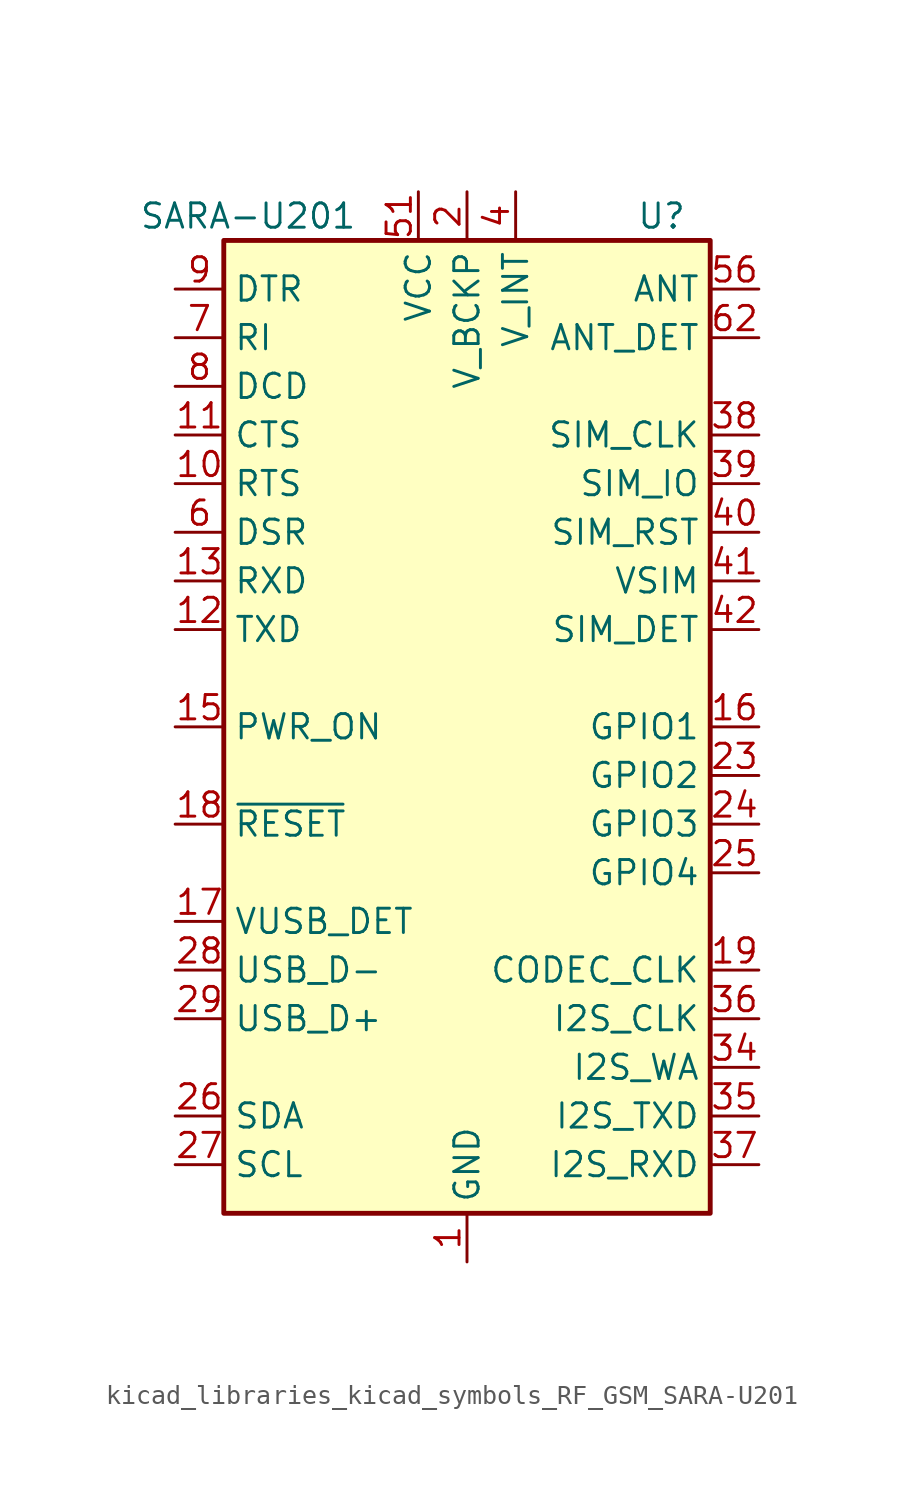
<source format=kicad_sym>
(kicad_symbol_lib
  (version 20220914)
  (generator kicad_symbol_editor)
  (symbol "kicad_libraries_kicad_symbols_RF_GSM_SARA-U201"
    (property "Reference" "U"
      (at 10.16 26.67 0)
      (effects (font (size 1.27 1.27))))
    (property "Value" "SARA-U201"
      (at -11.43 26.67 0)
      (effects (font (size 1.27 1.27))))
    (symbol "kicad_libraries_kicad_symbols_RF_GSM_SARA-U201_0_1"
      (rectangle (start -12.7 25.4) (end 12.7 -25.4) (stroke (width 0.254) (type default)) (fill (type background))))
    (symbol "kicad_libraries_kicad_symbols_RF_GSM_SARA-U201_1_1"
      (pin power_in line (at 0 -27.94 90) (length 2.54) (name "GND" (effects (font (size 1.27 1.27)))) (number "1" (effects (font (size 1.27 1.27)))))
      (pin input line (at -15.24 12.7 0) (length 2.54) (name "RTS" (effects (font (size 1.27 1.27)))) (number "10" (effects (font (size 1.27 1.27)))))
      (pin output line (at -15.24 15.24 0) (length 2.54) (name "CTS" (effects (font (size 1.27 1.27)))) (number "11" (effects (font (size 1.27 1.27)))))
      (pin input line (at -15.24 5.08 0) (length 2.54) (name "TXD" (effects (font (size 1.27 1.27)))) (number "12" (effects (font (size 1.27 1.27)))))
      (pin output line (at -15.24 7.62 0) (length 2.54) (name "RXD" (effects (font (size 1.27 1.27)))) (number "13" (effects (font (size 1.27 1.27)))))
      (pin passive line (at 0 -27.94 90) (length 2.54) hide (name "GND" (effects (font (size 1.27 1.27)))) (number "14" (effects (font (size 1.27 1.27)))))
      (pin input line (at -15.24 0 0) (length 2.54) (name "PWR_ON" (effects (font (size 1.27 1.27)))) (number "15" (effects (font (size 1.27 1.27)))))
      (pin bidirectional line (at 15.24 0 180) (length 2.54) (name "GPIO1" (effects (font (size 1.27 1.27)))) (number "16" (effects (font (size 1.27 1.27)))))
      (pin input line (at -15.24 -10.16 0) (length 2.54) (name "VUSB_DET" (effects (font (size 1.27 1.27)))) (number "17" (effects (font (size 1.27 1.27)))))
      (pin input line (at -15.24 -5.08 0) (length 2.54) (name "~{RESET}" (effects (font (size 1.27 1.27)))) (number "18" (effects (font (size 1.27 1.27)))))
      (pin output line (at 15.24 -12.7 180) (length 2.54) (name "CODEC_CLK" (effects (font (size 1.27 1.27)))) (number "19" (effects (font (size 1.27 1.27)))))
      (pin power_out line (at 0 27.94 270) (length 2.54) (name "V_BCKP" (effects (font (size 1.27 1.27)))) (number "2" (effects (font (size 1.27 1.27)))))
      (pin passive line (at 0 -27.94 90) (length 2.54) hide (name "GND" (effects (font (size 1.27 1.27)))) (number "20" (effects (font (size 1.27 1.27)))))
      (pin passive line (at 0 -27.94 90) (length 2.54) hide (name "GND" (effects (font (size 1.27 1.27)))) (number "21" (effects (font (size 1.27 1.27)))))
      (pin passive line (at 0 -27.94 90) (length 2.54) hide (name "GND" (effects (font (size 1.27 1.27)))) (number "22" (effects (font (size 1.27 1.27)))))
      (pin bidirectional line (at 15.24 -2.54 180) (length 2.54) (name "GPIO2" (effects (font (size 1.27 1.27)))) (number "23" (effects (font (size 1.27 1.27)))))
      (pin bidirectional line (at 15.24 -5.08 180) (length 2.54) (name "GPIO3" (effects (font (size 1.27 1.27)))) (number "24" (effects (font (size 1.27 1.27)))))
      (pin bidirectional line (at 15.24 -7.62 180) (length 2.54) (name "GPIO4" (effects (font (size 1.27 1.27)))) (number "25" (effects (font (size 1.27 1.27)))))
      (pin bidirectional line (at -15.24 -20.32 0) (length 2.54) (name "SDA" (effects (font (size 1.27 1.27)))) (number "26" (effects (font (size 1.27 1.27)))))
      (pin output line (at -15.24 -22.86 0) (length 2.54) (name "SCL" (effects (font (size 1.27 1.27)))) (number "27" (effects (font (size 1.27 1.27)))))
      (pin bidirectional line (at -15.24 -12.7 0) (length 2.54) (name "USB_D-" (effects (font (size 1.27 1.27)))) (number "28" (effects (font (size 1.27 1.27)))))
      (pin bidirectional line (at -15.24 -15.24 0) (length 2.54) (name "USB_D+" (effects (font (size 1.27 1.27)))) (number "29" (effects (font (size 1.27 1.27)))))
      (pin passive line (at 0 -27.94 90) (length 2.54) hide (name "GND" (effects (font (size 1.27 1.27)))) (number "3" (effects (font (size 1.27 1.27)))))
      (pin passive line (at 0 -27.94 90) (length 2.54) hide (name "GND" (effects (font (size 1.27 1.27)))) (number "30" (effects (font (size 1.27 1.27)))))
      (pin no_connect line (at -12.7 2.54 0) (length 2.54) hide (name "RSVD" (effects (font (size 1.27 1.27)))) (number "31" (effects (font (size 1.27 1.27)))))
      (pin passive line (at 0 -27.94 90) (length 2.54) hide (name "GND" (effects (font (size 1.27 1.27)))) (number "32" (effects (font (size 1.27 1.27)))))
      (pin no_connect line (at -12.7 -2.54 0) (length 2.54) hide (name "RSVD" (effects (font (size 1.27 1.27)))) (number "33" (effects (font (size 1.27 1.27)))))
      (pin bidirectional line (at 15.24 -17.78 180) (length 2.54) (name "I2S_WA" (effects (font (size 1.27 1.27)))) (number "34" (effects (font (size 1.27 1.27)))))
      (pin output line (at 15.24 -20.32 180) (length 2.54) (name "I2S_TXD" (effects (font (size 1.27 1.27)))) (number "35" (effects (font (size 1.27 1.27)))))
      (pin output line (at 15.24 -15.24 180) (length 2.54) (name "I2S_CLK" (effects (font (size 1.27 1.27)))) (number "36" (effects (font (size 1.27 1.27)))))
      (pin input line (at 15.24 -22.86 180) (length 2.54) (name "I2S_RXD" (effects (font (size 1.27 1.27)))) (number "37" (effects (font (size 1.27 1.27)))))
      (pin output line (at 15.24 15.24 180) (length 2.54) (name "SIM_CLK" (effects (font (size 1.27 1.27)))) (number "38" (effects (font (size 1.27 1.27)))))
      (pin bidirectional line (at 15.24 12.7 180) (length 2.54) (name "SIM_IO" (effects (font (size 1.27 1.27)))) (number "39" (effects (font (size 1.27 1.27)))))
      (pin power_out line (at 2.54 27.94 270) (length 2.54) (name "V_INT" (effects (font (size 1.27 1.27)))) (number "4" (effects (font (size 1.27 1.27)))))
      (pin output line (at 15.24 10.16 180) (length 2.54) (name "SIM_RST" (effects (font (size 1.27 1.27)))) (number "40" (effects (font (size 1.27 1.27)))))
      (pin power_out line (at 15.24 7.62 180) (length 2.54) (name "VSIM" (effects (font (size 1.27 1.27)))) (number "41" (effects (font (size 1.27 1.27)))))
      (pin input line (at 15.24 5.08 180) (length 2.54) (name "SIM_DET" (effects (font (size 1.27 1.27)))) (number "42" (effects (font (size 1.27 1.27)))))
      (pin passive line (at 0 -27.94 90) (length 2.54) hide (name "GND" (effects (font (size 1.27 1.27)))) (number "43" (effects (font (size 1.27 1.27)))))
      (pin no_connect line (at -12.7 -7.62 0) (length 2.54) hide (name "RSVD" (effects (font (size 1.27 1.27)))) (number "44" (effects (font (size 1.27 1.27)))))
      (pin no_connect line (at -12.7 -17.78 0) (length 2.54) hide (name "RSVD" (effects (font (size 1.27 1.27)))) (number "45" (effects (font (size 1.27 1.27)))))
      (pin no_connect line (at -2.54 -25.4 90) (length 2.54) hide (name "RSVD" (effects (font (size 1.27 1.27)))) (number "46" (effects (font (size 1.27 1.27)))))
      (pin no_connect line (at 12.7 -10.16 180) (length 2.54) hide (name "RSVD" (effects (font (size 1.27 1.27)))) (number "47" (effects (font (size 1.27 1.27)))))
      (pin no_connect line (at 12.7 2.54 180) (length 2.54) hide (name "RSVD" (effects (font (size 1.27 1.27)))) (number "48" (effects (font (size 1.27 1.27)))))
      (pin no_connect line (at 12.7 17.78 180) (length 2.54) hide (name "RSVD" (effects (font (size 1.27 1.27)))) (number "49" (effects (font (size 1.27 1.27)))))
      (pin passive line (at 0 -27.94 90) (length 2.54) hide (name "GND" (effects (font (size 1.27 1.27)))) (number "5" (effects (font (size 1.27 1.27)))))
      (pin passive line (at 0 -27.94 90) (length 2.54) hide (name "GND" (effects (font (size 1.27 1.27)))) (number "50" (effects (font (size 1.27 1.27)))))
      (pin power_in line (at -2.54 27.94 270) (length 2.54) (name "VCC" (effects (font (size 1.27 1.27)))) (number "51" (effects (font (size 1.27 1.27)))))
      (pin passive line (at -2.54 27.94 270) (length 2.54) hide (name "VCC" (effects (font (size 1.27 1.27)))) (number "52" (effects (font (size 1.27 1.27)))))
      (pin passive line (at -2.54 27.94 270) (length 2.54) hide (name "VCC" (effects (font (size 1.27 1.27)))) (number "53" (effects (font (size 1.27 1.27)))))
      (pin passive line (at 0 -27.94 90) (length 2.54) hide (name "GND" (effects (font (size 1.27 1.27)))) (number "54" (effects (font (size 1.27 1.27)))))
      (pin passive line (at 0 -27.94 90) (length 2.54) hide (name "GND" (effects (font (size 1.27 1.27)))) (number "55" (effects (font (size 1.27 1.27)))))
      (pin passive line (at 15.24 22.86 180) (length 2.54) (name "ANT" (effects (font (size 1.27 1.27)))) (number "56" (effects (font (size 1.27 1.27)))))
      (pin passive line (at 0 -27.94 90) (length 2.54) hide (name "GND" (effects (font (size 1.27 1.27)))) (number "57" (effects (font (size 1.27 1.27)))))
      (pin passive line (at 0 -27.94 90) (length 2.54) hide (name "GND" (effects (font (size 1.27 1.27)))) (number "58" (effects (font (size 1.27 1.27)))))
      (pin passive line (at 0 -27.94 90) (length 2.54) hide (name "GND" (effects (font (size 1.27 1.27)))) (number "59" (effects (font (size 1.27 1.27)))))
      (pin output line (at -15.24 10.16 0) (length 2.54) (name "DSR" (effects (font (size 1.27 1.27)))) (number "6" (effects (font (size 1.27 1.27)))))
      (pin passive line (at 0 -27.94 90) (length 2.54) hide (name "GND" (effects (font (size 1.27 1.27)))) (number "60" (effects (font (size 1.27 1.27)))))
      (pin passive line (at 0 -27.94 90) (length 2.54) hide (name "GND" (effects (font (size 1.27 1.27)))) (number "61" (effects (font (size 1.27 1.27)))))
      (pin input line (at 15.24 20.32 180) (length 2.54) (name "ANT_DET" (effects (font (size 1.27 1.27)))) (number "62" (effects (font (size 1.27 1.27)))))
      (pin passive line (at 0 -27.94 90) (length 2.54) hide (name "GND" (effects (font (size 1.27 1.27)))) (number "63" (effects (font (size 1.27 1.27)))))
      (pin passive line (at 0 -27.94 90) (length 2.54) hide (name "GND" (effects (font (size 1.27 1.27)))) (number "64" (effects (font (size 1.27 1.27)))))
      (pin passive line (at 0 -27.94 90) (length 2.54) hide (name "GND" (effects (font (size 1.27 1.27)))) (number "65" (effects (font (size 1.27 1.27)))))
      (pin passive line (at 0 -27.94 90) (length 2.54) hide (name "GND" (effects (font (size 1.27 1.27)))) (number "66" (effects (font (size 1.27 1.27)))))
      (pin passive line (at 0 -27.94 90) (length 2.54) hide (name "GND" (effects (font (size 1.27 1.27)))) (number "67" (effects (font (size 1.27 1.27)))))
      (pin passive line (at 0 -27.94 90) (length 2.54) hide (name "GND" (effects (font (size 1.27 1.27)))) (number "68" (effects (font (size 1.27 1.27)))))
      (pin passive line (at 0 -27.94 90) (length 2.54) hide (name "GND" (effects (font (size 1.27 1.27)))) (number "69" (effects (font (size 1.27 1.27)))))
      (pin output line (at -15.24 20.32 0) (length 2.54) (name "RI" (effects (font (size 1.27 1.27)))) (number "7" (effects (font (size 1.27 1.27)))))
      (pin passive line (at 0 -27.94 90) (length 2.54) hide (name "GND" (effects (font (size 1.27 1.27)))) (number "70" (effects (font (size 1.27 1.27)))))
      (pin passive line (at 0 -27.94 90) (length 2.54) hide (name "GND" (effects (font (size 1.27 1.27)))) (number "71" (effects (font (size 1.27 1.27)))))
      (pin passive line (at 0 -27.94 90) (length 2.54) hide (name "GND" (effects (font (size 1.27 1.27)))) (number "72" (effects (font (size 1.27 1.27)))))
      (pin passive line (at 0 -27.94 90) (length 2.54) hide (name "GND" (effects (font (size 1.27 1.27)))) (number "73" (effects (font (size 1.27 1.27)))))
      (pin passive line (at 0 -27.94 90) (length 2.54) hide (name "GND" (effects (font (size 1.27 1.27)))) (number "74" (effects (font (size 1.27 1.27)))))
      (pin passive line (at 0 -27.94 90) (length 2.54) hide (name "GND" (effects (font (size 1.27 1.27)))) (number "75" (effects (font (size 1.27 1.27)))))
      (pin passive line (at 0 -27.94 90) (length 2.54) hide (name "GND" (effects (font (size 1.27 1.27)))) (number "76" (effects (font (size 1.27 1.27)))))
      (pin passive line (at 0 -27.94 90) (length 2.54) hide (name "GND" (effects (font (size 1.27 1.27)))) (number "77" (effects (font (size 1.27 1.27)))))
      (pin passive line (at 0 -27.94 90) (length 2.54) hide (name "GND" (effects (font (size 1.27 1.27)))) (number "78" (effects (font (size 1.27 1.27)))))
      (pin passive line (at 0 -27.94 90) (length 2.54) hide (name "GND" (effects (font (size 1.27 1.27)))) (number "79" (effects (font (size 1.27 1.27)))))
      (pin output line (at -15.24 17.78 0) (length 2.54) (name "DCD" (effects (font (size 1.27 1.27)))) (number "8" (effects (font (size 1.27 1.27)))))
      (pin passive line (at 0 -27.94 90) (length 2.54) hide (name "GND" (effects (font (size 1.27 1.27)))) (number "80" (effects (font (size 1.27 1.27)))))
      (pin passive line (at 0 -27.94 90) (length 2.54) hide (name "GND" (effects (font (size 1.27 1.27)))) (number "81" (effects (font (size 1.27 1.27)))))
      (pin passive line (at 0 -27.94 90) (length 2.54) hide (name "GND" (effects (font (size 1.27 1.27)))) (number "82" (effects (font (size 1.27 1.27)))))
      (pin passive line (at 0 -27.94 90) (length 2.54) hide (name "GND" (effects (font (size 1.27 1.27)))) (number "83" (effects (font (size 1.27 1.27)))))
      (pin passive line (at 0 -27.94 90) (length 2.54) hide (name "GND" (effects (font (size 1.27 1.27)))) (number "84" (effects (font (size 1.27 1.27)))))
      (pin passive line (at 0 -27.94 90) (length 2.54) hide (name "GND" (effects (font (size 1.27 1.27)))) (number "85" (effects (font (size 1.27 1.27)))))
      (pin passive line (at 0 -27.94 90) (length 2.54) hide (name "GND" (effects (font (size 1.27 1.27)))) (number "86" (effects (font (size 1.27 1.27)))))
      (pin passive line (at 0 -27.94 90) (length 2.54) hide (name "GND" (effects (font (size 1.27 1.27)))) (number "87" (effects (font (size 1.27 1.27)))))
      (pin passive line (at 0 -27.94 90) (length 2.54) hide (name "GND" (effects (font (size 1.27 1.27)))) (number "88" (effects (font (size 1.27 1.27)))))
      (pin passive line (at 0 -27.94 90) (length 2.54) hide (name "GND" (effects (font (size 1.27 1.27)))) (number "89" (effects (font (size 1.27 1.27)))))
      (pin input line (at -15.24 22.86 0) (length 2.54) (name "DTR" (effects (font (size 1.27 1.27)))) (number "9" (effects (font (size 1.27 1.27)))))
      (pin passive line (at 0 -27.94 90) (length 2.54) hide (name "GND" (effects (font (size 1.27 1.27)))) (number "90" (effects (font (size 1.27 1.27)))))
      (pin passive line (at 0 -27.94 90) (length 2.54) hide (name "GND" (effects (font (size 1.27 1.27)))) (number "91" (effects (font (size 1.27 1.27)))))
      (pin passive line (at 0 -27.94 90) (length 2.54) hide (name "GND" (effects (font (size 1.27 1.27)))) (number "92" (effects (font (size 1.27 1.27)))))
      (pin passive line (at 0 -27.94 90) (length 2.54) hide (name "GND" (effects (font (size 1.27 1.27)))) (number "93" (effects (font (size 1.27 1.27)))))
      (pin passive line (at 0 -27.94 90) (length 2.54) hide (name "GND" (effects (font (size 1.27 1.27)))) (number "94" (effects (font (size 1.27 1.27)))))
      (pin passive line (at 0 -27.94 90) (length 2.54) hide (name "GND" (effects (font (size 1.27 1.27)))) (number "95" (effects (font (size 1.27 1.27)))))
      (pin passive line (at 0 -27.94 90) (length 2.54) hide (name "GND" (effects (font (size 1.27 1.27)))) (number "96" (effects (font (size 1.27 1.27))))))))
</source>
